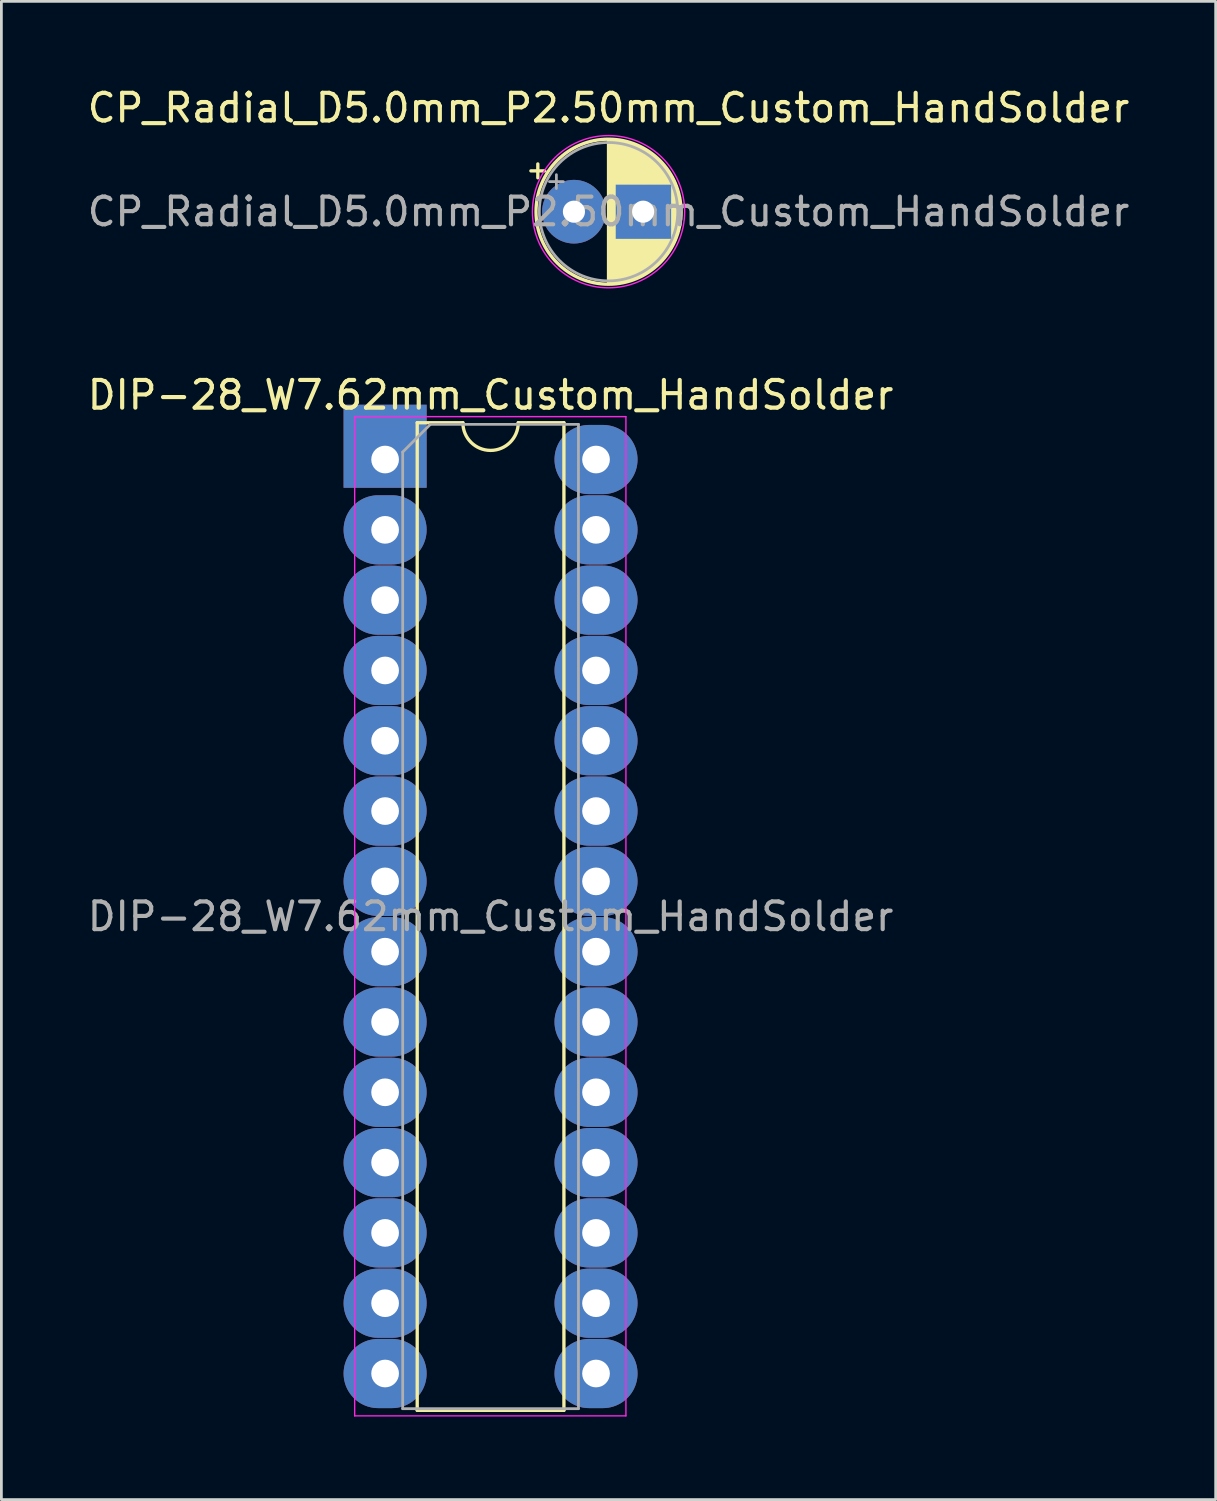
<source format=kicad_pcb>
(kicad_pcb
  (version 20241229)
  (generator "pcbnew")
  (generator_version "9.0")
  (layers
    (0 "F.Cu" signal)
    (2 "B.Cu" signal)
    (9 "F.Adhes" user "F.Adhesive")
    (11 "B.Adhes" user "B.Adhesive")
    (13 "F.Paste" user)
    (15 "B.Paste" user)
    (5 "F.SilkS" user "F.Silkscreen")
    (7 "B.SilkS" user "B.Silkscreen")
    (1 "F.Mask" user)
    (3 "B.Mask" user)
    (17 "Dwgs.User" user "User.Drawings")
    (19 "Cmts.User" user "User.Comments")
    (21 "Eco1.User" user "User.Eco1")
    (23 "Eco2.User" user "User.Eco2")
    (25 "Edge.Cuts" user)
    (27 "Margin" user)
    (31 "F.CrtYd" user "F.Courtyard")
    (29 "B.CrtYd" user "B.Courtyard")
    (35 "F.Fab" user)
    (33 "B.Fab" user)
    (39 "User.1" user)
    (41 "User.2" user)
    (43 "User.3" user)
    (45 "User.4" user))
  (footprint "CP_Radial_D5.0mm_P2.50mm_Custom_HandSolder"
    (layer "F.Cu")
    (at 17.685 4.598)
    (property "Reference" "CP_Radial_D5.0mm_P2.50mm_Custom_HandSolder" (at 1.25 -3.75 180) (layer "F.SilkS") (effects (font (size 1 1) (thickness 0.15))))
    (attr through_hole)
    (fp_line (start -1.555 -1.475) (end -1.055 -1.475) (stroke (width 0.12) (type solid)) (layer "F.SilkS"))
    (fp_line (start -1.305 -1.725) (end -1.305 -1.225) (stroke (width 0.12) (type solid)) (layer "F.SilkS"))
    (fp_line (start 1.25 -2.58) (end 1.25 2.58) (stroke (width 0.12) (type solid)) (layer "F.SilkS"))
    (fp_line (start 1.29 -2.58) (end 1.29 2.58) (stroke (width 0.12) (type solid)) (layer "F.SilkS"))
    (fp_line (start 1.33 -2.579) (end 1.33 2.579) (stroke (width 0.12) (type solid)) (layer "F.SilkS"))
    (fp_line (start 1.37 -2.578) (end 1.37 2.578) (stroke (width 0.12) (type solid)) (layer "F.SilkS"))
    (fp_line (start 1.41 -2.576) (end 1.41 2.576) (stroke (width 0.12) (type solid)) (layer "F.SilkS"))
    (fp_line (start 1.45 -2.573) (end 1.45 2.573) (stroke (width 0.12) (type solid)) (layer "F.SilkS"))
    (fp_line (start 1.49 -2.569) (end 1.49 -1.04) (stroke (width 0.12) (type solid)) (layer "F.SilkS"))
    (fp_line (start 1.49 1.04) (end 1.49 2.569) (stroke (width 0.12) (type solid)) (layer "F.SilkS"))
    (fp_line (start 1.53 -2.565) (end 1.53 -1.04) (stroke (width 0.12) (type solid)) (layer "F.SilkS"))
    (fp_line (start 1.53 1.04) (end 1.53 2.565) (stroke (width 0.12) (type solid)) (layer "F.SilkS"))
    (fp_line (start 1.57 -2.561) (end 1.57 -1.04) (stroke (width 0.12) (type solid)) (layer "F.SilkS"))
    (fp_line (start 1.57 1.04) (end 1.57 2.561) (stroke (width 0.12) (type solid)) (layer "F.SilkS"))
    (fp_line (start 1.61 -2.556) (end 1.61 -1.04) (stroke (width 0.12) (type solid)) (layer "F.SilkS"))
    (fp_line (start 1.61 1.04) (end 1.61 2.556) (stroke (width 0.12) (type solid)) (layer "F.SilkS"))
    (fp_line (start 1.65 -2.55) (end 1.65 -1.04) (stroke (width 0.12) (type solid)) (layer "F.SilkS"))
    (fp_line (start 1.65 1.04) (end 1.65 2.55) (stroke (width 0.12) (type solid)) (layer "F.SilkS"))
    (fp_line (start 1.69 -2.543) (end 1.69 -1.04) (stroke (width 0.12) (type solid)) (layer "F.SilkS"))
    (fp_line (start 1.69 1.04) (end 1.69 2.543) (stroke (width 0.12) (type solid)) (layer "F.SilkS"))
    (fp_line (start 1.73 -2.536) (end 1.73 -1.04) (stroke (width 0.12) (type solid)) (layer "F.SilkS"))
    (fp_line (start 1.73 1.04) (end 1.73 2.536) (stroke (width 0.12) (type solid)) (layer "F.SilkS"))
    (fp_line (start 1.77 -2.528) (end 1.77 -1.04) (stroke (width 0.12) (type solid)) (layer "F.SilkS"))
    (fp_line (start 1.77 1.04) (end 1.77 2.528) (stroke (width 0.12) (type solid)) (layer "F.SilkS"))
    (fp_line (start 1.81 -2.52) (end 1.81 -1.04) (stroke (width 0.12) (type solid)) (layer "F.SilkS"))
    (fp_line (start 1.81 1.04) (end 1.81 2.52) (stroke (width 0.12) (type solid)) (layer "F.SilkS"))
    (fp_line (start 1.85 -2.511) (end 1.85 -1.04) (stroke (width 0.12) (type solid)) (layer "F.SilkS"))
    (fp_line (start 1.85 1.04) (end 1.85 2.511) (stroke (width 0.12) (type solid)) (layer "F.SilkS"))
    (fp_line (start 1.89 -2.501) (end 1.89 -1.04) (stroke (width 0.12) (type solid)) (layer "F.SilkS"))
    (fp_line (start 1.89 1.04) (end 1.89 2.501) (stroke (width 0.12) (type solid)) (layer "F.SilkS"))
    (fp_line (start 1.93 -2.491) (end 1.93 -1.04) (stroke (width 0.12) (type solid)) (layer "F.SilkS"))
    (fp_line (start 1.93 1.04) (end 1.93 2.491) (stroke (width 0.12) (type solid)) (layer "F.SilkS"))
    (fp_line (start 1.971 -2.48) (end 1.971 -1.04) (stroke (width 0.12) (type solid)) (layer "F.SilkS"))
    (fp_line (start 1.971 1.04) (end 1.971 2.48) (stroke (width 0.12) (type solid)) (layer "F.SilkS"))
    (fp_line (start 2.011 -2.468) (end 2.011 -1.04) (stroke (width 0.12) (type solid)) (layer "F.SilkS"))
    (fp_line (start 2.011 1.04) (end 2.011 2.468) (stroke (width 0.12) (type solid)) (layer "F.SilkS"))
    (fp_line (start 2.051 -2.455) (end 2.051 -1.04) (stroke (width 0.12) (type solid)) (layer "F.SilkS"))
    (fp_line (start 2.051 1.04) (end 2.051 2.455) (stroke (width 0.12) (type solid)) (layer "F.SilkS"))
    (fp_line (start 2.091 -2.442) (end 2.091 -1.04) (stroke (width 0.12) (type solid)) (layer "F.SilkS"))
    (fp_line (start 2.091 1.04) (end 2.091 2.442) (stroke (width 0.12) (type solid)) (layer "F.SilkS"))
    (fp_line (start 2.131 -2.428) (end 2.131 -1.04) (stroke (width 0.12) (type solid)) (layer "F.SilkS"))
    (fp_line (start 2.131 1.04) (end 2.131 2.428) (stroke (width 0.12) (type solid)) (layer "F.SilkS"))
    (fp_line (start 2.171 -2.414) (end 2.171 -1.04) (stroke (width 0.12) (type solid)) (layer "F.SilkS"))
    (fp_line (start 2.171 1.04) (end 2.171 2.414) (stroke (width 0.12) (type solid)) (layer "F.SilkS"))
    (fp_line (start 2.211 -2.398) (end 2.211 -1.04) (stroke (width 0.12) (type solid)) (layer "F.SilkS"))
    (fp_line (start 2.211 1.04) (end 2.211 2.398) (stroke (width 0.12) (type solid)) (layer "F.SilkS"))
    (fp_line (start 2.251 -2.382) (end 2.251 -1.04) (stroke (width 0.12) (type solid)) (layer "F.SilkS"))
    (fp_line (start 2.251 1.04) (end 2.251 2.382) (stroke (width 0.12) (type solid)) (layer "F.SilkS"))
    (fp_line (start 2.291 -2.365) (end 2.291 -1.04) (stroke (width 0.12) (type solid)) (layer "F.SilkS"))
    (fp_line (start 2.291 1.04) (end 2.291 2.365) (stroke (width 0.12) (type solid)) (layer "F.SilkS"))
    (fp_line (start 2.331 -2.348) (end 2.331 -1.04) (stroke (width 0.12) (type solid)) (layer "F.SilkS"))
    (fp_line (start 2.331 1.04) (end 2.331 2.348) (stroke (width 0.12) (type solid)) (layer "F.SilkS"))
    (fp_line (start 2.371 -2.329) (end 2.371 -1.04) (stroke (width 0.12) (type solid)) (layer "F.SilkS"))
    (fp_line (start 2.371 1.04) (end 2.371 2.329) (stroke (width 0.12) (type solid)) (layer "F.SilkS"))
    (fp_line (start 2.411 -2.31) (end 2.411 -1.04) (stroke (width 0.12) (type solid)) (layer "F.SilkS"))
    (fp_line (start 2.411 1.04) (end 2.411 2.31) (stroke (width 0.12) (type solid)) (layer "F.SilkS"))
    (fp_line (start 2.451 -2.29) (end 2.451 -1.04) (stroke (width 0.12) (type solid)) (layer "F.SilkS"))
    (fp_line (start 2.451 1.04) (end 2.451 2.29) (stroke (width 0.12) (type solid)) (layer "F.SilkS"))
    (fp_line (start 2.491 -2.268) (end 2.491 -1.04) (stroke (width 0.12) (type solid)) (layer "F.SilkS"))
    (fp_line (start 2.491 1.04) (end 2.491 2.268) (stroke (width 0.12) (type solid)) (layer "F.SilkS"))
    (fp_line (start 2.531 -2.247) (end 2.531 -1.04) (stroke (width 0.12) (type solid)) (layer "F.SilkS"))
    (fp_line (start 2.531 1.04) (end 2.531 2.247) (stroke (width 0.12) (type solid)) (layer "F.SilkS"))
    (fp_line (start 2.571 -2.224) (end 2.571 -1.04) (stroke (width 0.12) (type solid)) (layer "F.SilkS"))
    (fp_line (start 2.571 1.04) (end 2.571 2.224) (stroke (width 0.12) (type solid)) (layer "F.SilkS"))
    (fp_line (start 2.611 -2.2) (end 2.611 -1.04) (stroke (width 0.12) (type solid)) (layer "F.SilkS"))
    (fp_line (start 2.611 1.04) (end 2.611 2.2) (stroke (width 0.12) (type solid)) (layer "F.SilkS"))
    (fp_line (start 2.651 -2.175) (end 2.651 -1.04) (stroke (width 0.12) (type solid)) (layer "F.SilkS"))
    (fp_line (start 2.651 1.04) (end 2.651 2.175) (stroke (width 0.12) (type solid)) (layer "F.SilkS"))
    (fp_line (start 2.691 -2.149) (end 2.691 -1.04) (stroke (width 0.12) (type solid)) (layer "F.SilkS"))
    (fp_line (start 2.691 1.04) (end 2.691 2.149) (stroke (width 0.12) (type solid)) (layer "F.SilkS"))
    (fp_line (start 2.731 -2.122) (end 2.731 -1.04) (stroke (width 0.12) (type solid)) (layer "F.SilkS"))
    (fp_line (start 2.731 1.04) (end 2.731 2.122) (stroke (width 0.12) (type solid)) (layer "F.SilkS"))
    (fp_line (start 2.771 -2.095) (end 2.771 -1.04) (stroke (width 0.12) (type solid)) (layer "F.SilkS"))
    (fp_line (start 2.771 1.04) (end 2.771 2.095) (stroke (width 0.12) (type solid)) (layer "F.SilkS"))
    (fp_line (start 2.811 -2.065) (end 2.811 -1.04) (stroke (width 0.12) (type solid)) (layer "F.SilkS"))
    (fp_line (start 2.811 1.04) (end 2.811 2.065) (stroke (width 0.12) (type solid)) (layer "F.SilkS"))
    (fp_line (start 2.851 -2.035) (end 2.851 -1.04) (stroke (width 0.12) (type solid)) (layer "F.SilkS"))
    (fp_line (start 2.851 1.04) (end 2.851 2.035) (stroke (width 0.12) (type solid)) (layer "F.SilkS"))
    (fp_line (start 2.891 -2.004) (end 2.891 -1.04) (stroke (width 0.12) (type solid)) (layer "F.SilkS"))
    (fp_line (start 2.891 1.04) (end 2.891 2.004) (stroke (width 0.12) (type solid)) (layer "F.SilkS"))
    (fp_line (start 2.931 -1.971) (end 2.931 -1.04) (stroke (width 0.12) (type solid)) (layer "F.SilkS"))
    (fp_line (start 2.931 1.04) (end 2.931 1.971) (stroke (width 0.12) (type solid)) (layer "F.SilkS"))
    (fp_line (start 2.971 -1.937) (end 2.971 -1.04) (stroke (width 0.12) (type solid)) (layer "F.SilkS"))
    (fp_line (start 2.971 1.04) (end 2.971 1.937) (stroke (width 0.12) (type solid)) (layer "F.SilkS"))
    (fp_line (start 3.011 -1.901) (end 3.011 -1.04) (stroke (width 0.12) (type solid)) (layer "F.SilkS"))
    (fp_line (start 3.011 1.04) (end 3.011 1.901) (stroke (width 0.12) (type solid)) (layer "F.SilkS"))
    (fp_line (start 3.051 -1.864) (end 3.051 -1.04) (stroke (width 0.12) (type solid)) (layer "F.SilkS"))
    (fp_line (start 3.051 1.04) (end 3.051 1.864) (stroke (width 0.12) (type solid)) (layer "F.SilkS"))
    (fp_line (start 3.091 -1.826) (end 3.091 -1.04) (stroke (width 0.12) (type solid)) (layer "F.SilkS"))
    (fp_line (start 3.091 1.04) (end 3.091 1.826) (stroke (width 0.12) (type solid)) (layer "F.SilkS"))
    (fp_line (start 3.131 -1.785) (end 3.131 -1.04) (stroke (width 0.12) (type solid)) (layer "F.SilkS"))
    (fp_line (start 3.131 1.04) (end 3.131 1.785) (stroke (width 0.12) (type solid)) (layer "F.SilkS"))
    (fp_line (start 3.171 -1.743) (end 3.171 -1.04) (stroke (width 0.12) (type solid)) (layer "F.SilkS"))
    (fp_line (start 3.171 1.04) (end 3.171 1.743) (stroke (width 0.12) (type solid)) (layer "F.SilkS"))
    (fp_line (start 3.211 -1.699) (end 3.211 -1.04) (stroke (width 0.12) (type solid)) (layer "F.SilkS"))
    (fp_line (start 3.211 1.04) (end 3.211 1.699) (stroke (width 0.12) (type solid)) (layer "F.SilkS"))
    (fp_line (start 3.251 -1.653) (end 3.251 -1.04) (stroke (width 0.12) (type solid)) (layer "F.SilkS"))
    (fp_line (start 3.251 1.04) (end 3.251 1.653) (stroke (width 0.12) (type solid)) (layer "F.SilkS"))
    (fp_line (start 3.291 -1.605) (end 3.291 -1.04) (stroke (width 0.12) (type solid)) (layer "F.SilkS"))
    (fp_line (start 3.291 1.04) (end 3.291 1.605) (stroke (width 0.12) (type solid)) (layer "F.SilkS"))
    (fp_line (start 3.331 -1.554) (end 3.331 -1.04) (stroke (width 0.12) (type solid)) (layer "F.SilkS"))
    (fp_line (start 3.331 1.04) (end 3.331 1.554) (stroke (width 0.12) (type solid)) (layer "F.SilkS"))
    (fp_line (start 3.371 -1.5) (end 3.371 -1.04) (stroke (width 0.12) (type solid)) (layer "F.SilkS"))
    (fp_line (start 3.371 1.04) (end 3.371 1.5) (stroke (width 0.12) (type solid)) (layer "F.SilkS"))
    (fp_line (start 3.411 -1.443) (end 3.411 -1.04) (stroke (width 0.12) (type solid)) (layer "F.SilkS"))
    (fp_line (start 3.411 1.04) (end 3.411 1.443) (stroke (width 0.12) (type solid)) (layer "F.SilkS"))
    (fp_line (start 3.451 -1.383) (end 3.451 -1.04) (stroke (width 0.12) (type solid)) (layer "F.SilkS"))
    (fp_line (start 3.451 1.04) (end 3.451 1.383) (stroke (width 0.12) (type solid)) (layer "F.SilkS"))
    (fp_line (start 3.491 -1.319) (end 3.491 -1.04) (stroke (width 0.12) (type solid)) (layer "F.SilkS"))
    (fp_line (start 3.491 1.04) (end 3.491 1.319) (stroke (width 0.12) (type solid)) (layer "F.SilkS"))
    (fp_line (start 3.531 -1.251) (end 3.531 -1.04) (stroke (width 0.12) (type solid)) (layer "F.SilkS"))
    (fp_line (start 3.531 1.04) (end 3.531 1.251) (stroke (width 0.12) (type solid)) (layer "F.SilkS"))
    (fp_line (start 3.571 -1.178) (end 3.571 1.178) (stroke (width 0.12) (type solid)) (layer "F.SilkS"))
    (fp_line (start 3.611 -1.098) (end 3.611 1.098) (stroke (width 0.12) (type solid)) (layer "F.SilkS"))
    (fp_line (start 3.651 -1.011) (end 3.651 1.011) (stroke (width 0.12) (type solid)) (layer "F.SilkS"))
    (fp_line (start 3.691 -0.915) (end 3.691 0.915) (stroke (width 0.12) (type solid)) (layer "F.SilkS"))
    (fp_line (start 3.731 -0.805) (end 3.731 0.805) (stroke (width 0.12) (type solid)) (layer "F.SilkS"))
    (fp_line (start 3.771 -0.677) (end 3.771 0.677) (stroke (width 0.12) (type solid)) (layer "F.SilkS"))
    (fp_line (start 3.811 -0.518) (end 3.811 0.518) (stroke (width 0.12) (type solid)) (layer "F.SilkS"))
    (fp_line (start 3.851 -0.284) (end 3.851 0.284) (stroke (width 0.12) (type solid)) (layer "F.SilkS"))
    (fp_circle (center 1.25 0) (end 3.87 0) (stroke (width 0.12) (type solid)) (fill no) (layer "F.SilkS"))
    (fp_circle (center 1.25 0) (end 4 0) (stroke (width 0.05) (type solid)) (fill no) (layer "F.CrtYd"))
    (fp_line (start -0.884 -1.087) (end -0.384 -1.087) (stroke (width 0.1) (type solid)) (layer "F.Fab"))
    (fp_line (start -0.634 -1.337) (end -0.634 -0.838) (stroke (width 0.1) (type solid)) (layer "F.Fab"))
    (fp_circle (center 1.25 0) (end 3.75 0) (stroke (width 0.1) (type solid)) (fill no) (layer "F.Fab"))
    (fp_text user "${REFERENCE}" (at 1.25 0 180) (layer "F.Fab") (effects (font (size 1 1) (thickness 0.15))))
    (pad "1" thru_hole circle (at 0 0) (size 2.3 2.3) (drill 0.8) (layers "*.Cu" "*.Mask"))
    (pad "2" thru_hole rect (at 2.5 0) (size 2.3 2.3) (drill 0.8) (layers "*.Cu" "*.Mask")))
  (footprint "DIP-28_W7.62mm_Custom_HandSolder"
    (layer "F.Cu")
    (at 10.863 13.552)
    (property "Reference" "DIP-28_W7.62mm_Custom_HandSolder" (at 3.81 -2.33 180) (layer "F.SilkS") (effects (font (size 1 1) (thickness 0.15))))
    (attr through_hole)
    (fp_line (start 1.16 -1.33) (end 1.16 34.35) (stroke (width 0.12) (type solid)) (layer "F.SilkS"))
    (fp_line (start 1.16 34.35) (end 6.46 34.35) (stroke (width 0.12) (type solid)) (layer "F.SilkS"))
    (fp_line (start 2.81 -1.33) (end 1.16 -1.33) (stroke (width 0.12) (type solid)) (layer "F.SilkS"))
    (fp_line (start 6.46 -1.33) (end 4.81 -1.33) (stroke (width 0.12) (type solid)) (layer "F.SilkS"))
    (fp_line (start 6.46 34.35) (end 6.46 -1.33) (stroke (width 0.12) (type solid)) (layer "F.SilkS"))
    (fp_arc (start 4.81 -1.33) (mid 3.81 -0.33) (end 2.81 -1.33) (stroke (width 0.12) (type solid)) (layer "F.SilkS"))
    (fp_line (start -1.1 -1.55) (end -1.1 34.55) (stroke (width 0.05) (type solid)) (layer "F.CrtYd"))
    (fp_line (start -1.1 34.55) (end 8.7 34.55) (stroke (width 0.05) (type solid)) (layer "F.CrtYd"))
    (fp_line (start 8.7 -1.55) (end -1.1 -1.55) (stroke (width 0.05) (type solid)) (layer "F.CrtYd"))
    (fp_line (start 8.7 34.55) (end 8.7 -1.55) (stroke (width 0.05) (type solid)) (layer "F.CrtYd"))
    (fp_line (start 0.635 -0.27) (end 1.635 -1.27) (stroke (width 0.1) (type solid)) (layer "F.Fab"))
    (fp_line (start 0.635 34.29) (end 0.635 -0.27) (stroke (width 0.1) (type solid)) (layer "F.Fab"))
    (fp_line (start 1.635 -1.27) (end 6.985 -1.27) (stroke (width 0.1) (type solid)) (layer "F.Fab"))
    (fp_line (start 6.985 -1.27) (end 6.985 34.29) (stroke (width 0.1) (type solid)) (layer "F.Fab"))
    (fp_line (start 6.985 34.29) (end 0.635 34.29) (stroke (width 0.1) (type solid)) (layer "F.Fab"))
    (fp_text user "${REFERENCE}" (at 3.81 16.51 180) (layer "F.Fab") (effects (font (size 1 1) (thickness 0.15))))
    (pad "1" thru_hole rect (at 0 0) (size 3 3) (drill 1 (offset 0 -0.48)) (layers "*.Cu" "*.Mask"))
    (pad "2" thru_hole oval (at 0 2.54) (size 3 2.5) (drill 1) (layers "*.Cu" "*.Mask"))
    (pad "3" thru_hole oval (at 0 5.08) (size 3 2.5) (drill 1) (layers "*.Cu" "*.Mask"))
    (pad "4" thru_hole oval (at 0 7.62) (size 3 2.5) (drill 1) (layers "*.Cu" "*.Mask"))
    (pad "5" thru_hole oval (at 0 10.16) (size 3 2.5) (drill 1) (layers "*.Cu" "*.Mask"))
    (pad "6" thru_hole oval (at 0 12.7) (size 3 2.5) (drill 1) (layers "*.Cu" "*.Mask"))
    (pad "7" thru_hole oval (at 0 15.24) (size 3 2.5) (drill 1) (layers "*.Cu" "*.Mask"))
    (pad "8" thru_hole oval (at 0 17.78) (size 3 2.5) (drill 1) (layers "*.Cu" "*.Mask"))
    (pad "9" thru_hole oval (at 0 20.32) (size 3 2.5) (drill 1) (layers "*.Cu" "*.Mask"))
    (pad "10" thru_hole oval (at 0 22.86) (size 3 2.5) (drill 1) (layers "*.Cu" "*.Mask"))
    (pad "11" thru_hole oval (at 0 25.4) (size 3 2.5) (drill 1) (layers "*.Cu" "*.Mask"))
    (pad "12" thru_hole oval (at 0 27.94) (size 3 2.5) (drill 1) (layers "*.Cu" "*.Mask"))
    (pad "13" thru_hole oval (at 0 30.48) (size 3 2.5) (drill 1) (layers "*.Cu" "*.Mask"))
    (pad "14" thru_hole oval (at 0 33.02) (size 3 2.5) (drill 1) (layers "*.Cu" "*.Mask"))
    (pad "15" thru_hole oval (at 7.62 33.02) (size 3 2.5) (drill 1) (layers "*.Cu" "*.Mask"))
    (pad "16" thru_hole oval (at 7.62 30.48) (size 3 2.5) (drill 1) (layers "*.Cu" "*.Mask"))
    (pad "17" thru_hole oval (at 7.62 27.94) (size 3 2.5) (drill 1) (layers "*.Cu" "*.Mask"))
    (pad "18" thru_hole oval (at 7.62 25.4) (size 3 2.5) (drill 1) (layers "*.Cu" "*.Mask"))
    (pad "19" thru_hole oval (at 7.62 22.86) (size 3 2.5) (drill 1) (layers "*.Cu" "*.Mask"))
    (pad "20" thru_hole oval (at 7.62 20.32) (size 3 2.5) (drill 1) (layers "*.Cu" "*.Mask"))
    (pad "21" thru_hole oval (at 7.62 17.78) (size 3 2.5) (drill 1) (layers "*.Cu" "*.Mask"))
    (pad "22" thru_hole oval (at 7.62 15.24) (size 3 2.5) (drill 1) (layers "*.Cu" "*.Mask"))
    (pad "23" thru_hole oval (at 7.62 12.7) (size 3 2.5) (drill 1) (layers "*.Cu" "*.Mask"))
    (pad "24" thru_hole oval (at 7.62 10.16) (size 3 2.5) (drill 1) (layers "*.Cu" "*.Mask"))
    (pad "25" thru_hole oval (at 7.62 7.62) (size 3 2.5) (drill 1) (layers "*.Cu" "*.Mask"))
    (pad "26" thru_hole oval (at 7.62 5.08) (size 3 2.5) (drill 1) (layers "*.Cu" "*.Mask"))
    (pad "27" thru_hole oval (at 7.62 2.54) (size 3 2.5) (drill 1) (layers "*.Cu" "*.Mask"))
    (pad "28" thru_hole oval (at 7.62 0) (size 3 2.5) (drill 1) (layers "*.Cu" "*.Mask")))
  (gr_rect
    (start -3 -3)
    (end 40.869 51.127)
    (stroke (width 0.1) (type default))
    (fill no)
    (layer "Edge.Cuts")))
</source>
